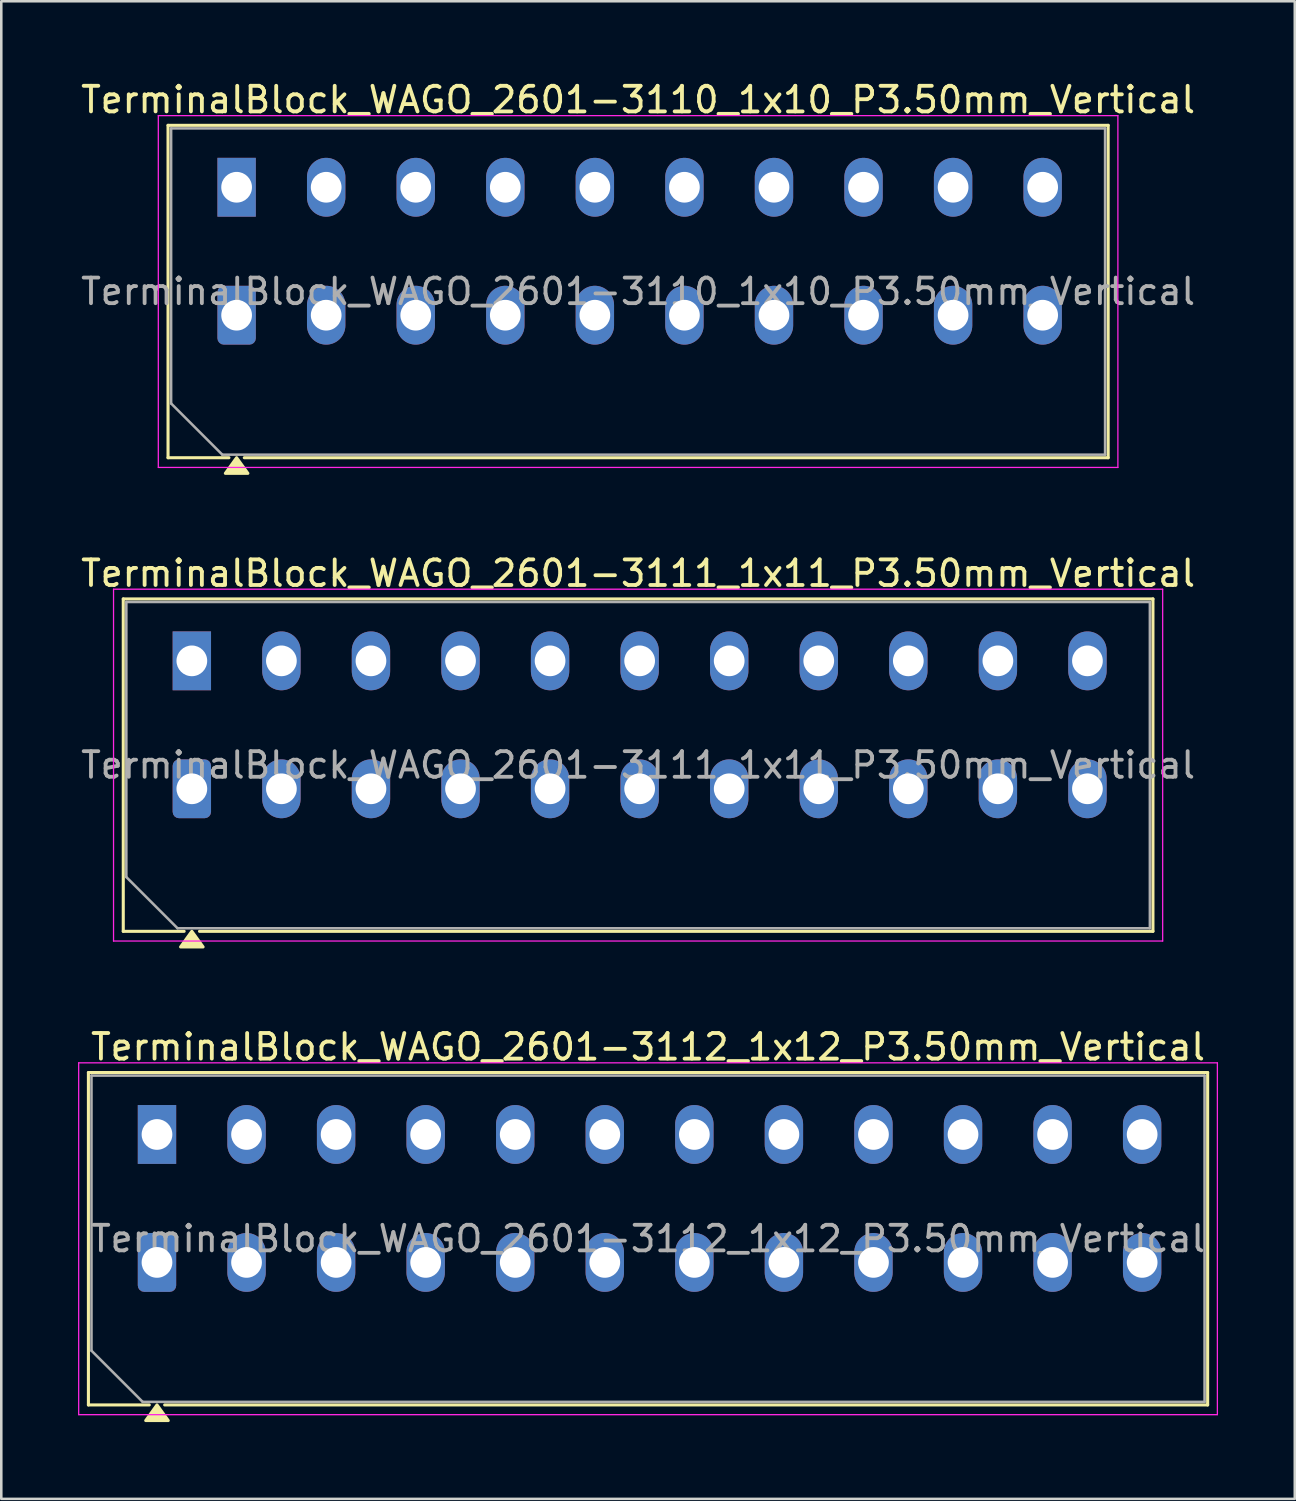
<source format=kicad_pcb>
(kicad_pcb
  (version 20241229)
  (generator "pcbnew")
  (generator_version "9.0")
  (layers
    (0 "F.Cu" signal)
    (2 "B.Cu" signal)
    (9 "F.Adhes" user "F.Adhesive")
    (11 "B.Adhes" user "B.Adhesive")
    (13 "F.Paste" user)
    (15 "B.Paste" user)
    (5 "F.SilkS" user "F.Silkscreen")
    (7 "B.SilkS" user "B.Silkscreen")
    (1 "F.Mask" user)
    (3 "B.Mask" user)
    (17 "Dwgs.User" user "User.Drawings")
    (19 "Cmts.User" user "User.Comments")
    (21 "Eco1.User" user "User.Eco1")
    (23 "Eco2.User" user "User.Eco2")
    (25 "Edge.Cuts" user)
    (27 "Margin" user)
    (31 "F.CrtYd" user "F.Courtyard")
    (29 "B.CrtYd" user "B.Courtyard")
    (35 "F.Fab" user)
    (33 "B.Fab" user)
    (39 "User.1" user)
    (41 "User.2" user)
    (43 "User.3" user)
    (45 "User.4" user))
  (footprint "TerminalBlock_WAGO_2601-3112_1x12_P3.50mm_Vertical"
    (layer "F.Cu")
    (at 3.085 46.285)
    (property "Reference" "TerminalBlock_WAGO_2601-3112_1x12_P3.50mm_Vertical" (at 19.19 -8.42 0) (layer "F.SilkS") (effects (font (size 1 1) (thickness 0.15))))
    (attr through_hole)
    (fp_line (start -2.68 -7.42) (end 41.06 -7.42) (stroke (width 0.12) (type solid)) (layer "F.SilkS"))
    (fp_line (start -2.68 5.57) (end -2.68 -7.42) (stroke (width 0.12) (type solid)) (layer "F.SilkS"))
    (fp_line (start -0.3 5.57) (end -2.68 5.57) (stroke (width 0.12) (type solid)) (layer "F.SilkS"))
    (fp_line (start 41.06 -7.42) (end 41.06 5.57) (stroke (width 0.12) (type solid)) (layer "F.SilkS"))
    (fp_line (start 41.06 5.57) (end 0.3 5.57) (stroke (width 0.12) (type solid)) (layer "F.SilkS"))
    (fp_poly (pts (xy 0 5.57) (xy 0.44 6.18) (xy -0.44 6.18)) (stroke (width 0.12) (type solid)) (fill yes) (layer "F.SilkS"))
    (fp_line (start -3.06 -7.8) (end -3.06 5.95) (stroke (width 0.05) (type solid)) (layer "F.CrtYd"))
    (fp_line (start -3.06 5.95) (end 41.44 5.95) (stroke (width 0.05) (type solid)) (layer "F.CrtYd"))
    (fp_line (start 41.44 -7.8) (end -3.06 -7.8) (stroke (width 0.05) (type solid)) (layer "F.CrtYd"))
    (fp_line (start 41.44 5.95) (end 41.44 -7.8) (stroke (width 0.05) (type solid)) (layer "F.CrtYd"))
    (fp_line (start -2.56 -7.3) (end 40.94 -7.3) (stroke (width 0.1) (type solid)) (layer "F.Fab"))
    (fp_line (start -2.56 3.45) (end -2.56 -7.3) (stroke (width 0.1) (type solid)) (layer "F.Fab"))
    (fp_line (start -0.56 5.45) (end -2.56 3.45) (stroke (width 0.1) (type solid)) (layer "F.Fab"))
    (fp_line (start 40.94 -7.3) (end 40.94 5.45) (stroke (width 0.1) (type solid)) (layer "F.Fab"))
    (fp_line (start 40.94 5.45) (end -0.56 5.45) (stroke (width 0.1) (type solid)) (layer "F.Fab"))
    (fp_text user "${REFERENCE}" (at 19.19 -0.925 0) (layer "F.Fab") (effects (font (size 1 1) (thickness 0.15))))
    (pad "1" thru_hole rect (at 0 -5) (size 1.5 2.3) (drill 1.2) (layers "*.Cu" "*.Mask"))
    (pad "1" thru_hole roundrect (at 0 0) (size 1.5 2.3) (drill 1.2) (layers "*.Cu" "*.Mask") (roundrect_rratio 0.167))
    (pad "2" thru_hole oval (at 3.5 -5) (size 1.5 2.3) (drill 1.2) (layers "*.Cu" "*.Mask"))
    (pad "2" thru_hole oval (at 3.5 0) (size 1.5 2.3) (drill 1.2) (layers "*.Cu" "*.Mask"))
    (pad "3" thru_hole oval (at 7 -5) (size 1.5 2.3) (drill 1.2) (layers "*.Cu" "*.Mask"))
    (pad "3" thru_hole oval (at 7 0) (size 1.5 2.3) (drill 1.2) (layers "*.Cu" "*.Mask"))
    (pad "4" thru_hole oval (at 10.5 -5) (size 1.5 2.3) (drill 1.2) (layers "*.Cu" "*.Mask"))
    (pad "4" thru_hole oval (at 10.5 0) (size 1.5 2.3) (drill 1.2) (layers "*.Cu" "*.Mask"))
    (pad "5" thru_hole oval (at 14 -5) (size 1.5 2.3) (drill 1.2) (layers "*.Cu" "*.Mask"))
    (pad "5" thru_hole oval (at 14 0) (size 1.5 2.3) (drill 1.2) (layers "*.Cu" "*.Mask"))
    (pad "6" thru_hole oval (at 17.5 -5) (size 1.5 2.3) (drill 1.2) (layers "*.Cu" "*.Mask"))
    (pad "6" thru_hole oval (at 17.5 0) (size 1.5 2.3) (drill 1.2) (layers "*.Cu" "*.Mask"))
    (pad "7" thru_hole oval (at 21 -5) (size 1.5 2.3) (drill 1.2) (layers "*.Cu" "*.Mask"))
    (pad "7" thru_hole oval (at 21 0) (size 1.5 2.3) (drill 1.2) (layers "*.Cu" "*.Mask"))
    (pad "8" thru_hole oval (at 24.5 -5) (size 1.5 2.3) (drill 1.2) (layers "*.Cu" "*.Mask"))
    (pad "8" thru_hole oval (at 24.5 0) (size 1.5 2.3) (drill 1.2) (layers "*.Cu" "*.Mask"))
    (pad "9" thru_hole oval (at 28 -5) (size 1.5 2.3) (drill 1.2) (layers "*.Cu" "*.Mask"))
    (pad "9" thru_hole oval (at 28 0) (size 1.5 2.3) (drill 1.2) (layers "*.Cu" "*.Mask"))
    (pad "10" thru_hole oval (at 31.5 -5) (size 1.5 2.3) (drill 1.2) (layers "*.Cu" "*.Mask"))
    (pad "10" thru_hole oval (at 31.5 0) (size 1.5 2.3) (drill 1.2) (layers "*.Cu" "*.Mask"))
    (pad "11" thru_hole oval (at 35 -5) (size 1.5 2.3) (drill 1.2) (layers "*.Cu" "*.Mask"))
    (pad "11" thru_hole oval (at 35 0) (size 1.5 2.3) (drill 1.2) (layers "*.Cu" "*.Mask"))
    (pad "12" thru_hole oval (at 38.5 -5) (size 1.5 2.3) (drill 1.2) (layers "*.Cu" "*.Mask"))
    (pad "12" thru_hole oval (at 38.5 0) (size 1.5 2.3) (drill 1.2) (layers "*.Cu" "*.Mask")))
  (footprint "TerminalBlock_WAGO_2601-3111_1x11_P3.50mm_Vertical"
    (layer "F.Cu")
    (at 4.447 27.776)
    (property "Reference" "TerminalBlock_WAGO_2601-3111_1x11_P3.50mm_Vertical" (at 17.44 -8.42 0) (layer "F.SilkS") (effects (font (size 1 1) (thickness 0.15))))
    (attr through_hole)
    (fp_line (start -2.68 -7.42) (end 37.56 -7.42) (stroke (width 0.12) (type solid)) (layer "F.SilkS"))
    (fp_line (start -2.68 5.57) (end -2.68 -7.42) (stroke (width 0.12) (type solid)) (layer "F.SilkS"))
    (fp_line (start -0.3 5.57) (end -2.68 5.57) (stroke (width 0.12) (type solid)) (layer "F.SilkS"))
    (fp_line (start 37.56 -7.42) (end 37.56 5.57) (stroke (width 0.12) (type solid)) (layer "F.SilkS"))
    (fp_line (start 37.56 5.57) (end 0.3 5.57) (stroke (width 0.12) (type solid)) (layer "F.SilkS"))
    (fp_poly (pts (xy 0 5.57) (xy 0.44 6.18) (xy -0.44 6.18)) (stroke (width 0.12) (type solid)) (fill yes) (layer "F.SilkS"))
    (fp_line (start -3.06 -7.8) (end -3.06 5.95) (stroke (width 0.05) (type solid)) (layer "F.CrtYd"))
    (fp_line (start -3.06 5.95) (end 37.94 5.95) (stroke (width 0.05) (type solid)) (layer "F.CrtYd"))
    (fp_line (start 37.94 -7.8) (end -3.06 -7.8) (stroke (width 0.05) (type solid)) (layer "F.CrtYd"))
    (fp_line (start 37.94 5.95) (end 37.94 -7.8) (stroke (width 0.05) (type solid)) (layer "F.CrtYd"))
    (fp_line (start -2.56 -7.3) (end 37.44 -7.3) (stroke (width 0.1) (type solid)) (layer "F.Fab"))
    (fp_line (start -2.56 3.45) (end -2.56 -7.3) (stroke (width 0.1) (type solid)) (layer "F.Fab"))
    (fp_line (start -0.56 5.45) (end -2.56 3.45) (stroke (width 0.1) (type solid)) (layer "F.Fab"))
    (fp_line (start 37.44 -7.3) (end 37.44 5.45) (stroke (width 0.1) (type solid)) (layer "F.Fab"))
    (fp_line (start 37.44 5.45) (end -0.56 5.45) (stroke (width 0.1) (type solid)) (layer "F.Fab"))
    (fp_text user "${REFERENCE}" (at 17.44 -0.925 0) (layer "F.Fab") (effects (font (size 1 1) (thickness 0.15))))
    (pad "1" thru_hole rect (at 0 -5) (size 1.5 2.3) (drill 1.2) (layers "*.Cu" "*.Mask"))
    (pad "1" thru_hole roundrect (at 0 0) (size 1.5 2.3) (drill 1.2) (layers "*.Cu" "*.Mask") (roundrect_rratio 0.167))
    (pad "2" thru_hole oval (at 3.5 -5) (size 1.5 2.3) (drill 1.2) (layers "*.Cu" "*.Mask"))
    (pad "2" thru_hole oval (at 3.5 0) (size 1.5 2.3) (drill 1.2) (layers "*.Cu" "*.Mask"))
    (pad "3" thru_hole oval (at 7 -5) (size 1.5 2.3) (drill 1.2) (layers "*.Cu" "*.Mask"))
    (pad "3" thru_hole oval (at 7 0) (size 1.5 2.3) (drill 1.2) (layers "*.Cu" "*.Mask"))
    (pad "4" thru_hole oval (at 10.5 -5) (size 1.5 2.3) (drill 1.2) (layers "*.Cu" "*.Mask"))
    (pad "4" thru_hole oval (at 10.5 0) (size 1.5 2.3) (drill 1.2) (layers "*.Cu" "*.Mask"))
    (pad "5" thru_hole oval (at 14 -5) (size 1.5 2.3) (drill 1.2) (layers "*.Cu" "*.Mask"))
    (pad "5" thru_hole oval (at 14 0) (size 1.5 2.3) (drill 1.2) (layers "*.Cu" "*.Mask"))
    (pad "6" thru_hole oval (at 17.5 -5) (size 1.5 2.3) (drill 1.2) (layers "*.Cu" "*.Mask"))
    (pad "6" thru_hole oval (at 17.5 0) (size 1.5 2.3) (drill 1.2) (layers "*.Cu" "*.Mask"))
    (pad "7" thru_hole oval (at 21 -5) (size 1.5 2.3) (drill 1.2) (layers "*.Cu" "*.Mask"))
    (pad "7" thru_hole oval (at 21 0) (size 1.5 2.3) (drill 1.2) (layers "*.Cu" "*.Mask"))
    (pad "8" thru_hole oval (at 24.5 -5) (size 1.5 2.3) (drill 1.2) (layers "*.Cu" "*.Mask"))
    (pad "8" thru_hole oval (at 24.5 0) (size 1.5 2.3) (drill 1.2) (layers "*.Cu" "*.Mask"))
    (pad "9" thru_hole oval (at 28 -5) (size 1.5 2.3) (drill 1.2) (layers "*.Cu" "*.Mask"))
    (pad "9" thru_hole oval (at 28 0) (size 1.5 2.3) (drill 1.2) (layers "*.Cu" "*.Mask"))
    (pad "10" thru_hole oval (at 31.5 -5) (size 1.5 2.3) (drill 1.2) (layers "*.Cu" "*.Mask"))
    (pad "10" thru_hole oval (at 31.5 0) (size 1.5 2.3) (drill 1.2) (layers "*.Cu" "*.Mask"))
    (pad "11" thru_hole oval (at 35 -5) (size 1.5 2.3) (drill 1.2) (layers "*.Cu" "*.Mask"))
    (pad "11" thru_hole oval (at 35 0) (size 1.5 2.3) (drill 1.2) (layers "*.Cu" "*.Mask")))
  (footprint "TerminalBlock_WAGO_2601-3110_1x10_P3.50mm_Vertical"
    (layer "F.Cu")
    (at 6.197 9.268)
    (property "Reference" "TerminalBlock_WAGO_2601-3110_1x10_P3.50mm_Vertical" (at 15.69 -8.42 0) (layer "F.SilkS") (effects (font (size 1 1) (thickness 0.15))))
    (attr through_hole)
    (fp_line (start -2.68 -7.42) (end 34.06 -7.42) (stroke (width 0.12) (type solid)) (layer "F.SilkS"))
    (fp_line (start -2.68 5.57) (end -2.68 -7.42) (stroke (width 0.12) (type solid)) (layer "F.SilkS"))
    (fp_line (start -0.3 5.57) (end -2.68 5.57) (stroke (width 0.12) (type solid)) (layer "F.SilkS"))
    (fp_line (start 34.06 -7.42) (end 34.06 5.57) (stroke (width 0.12) (type solid)) (layer "F.SilkS"))
    (fp_line (start 34.06 5.57) (end 0.3 5.57) (stroke (width 0.12) (type solid)) (layer "F.SilkS"))
    (fp_poly (pts (xy 0 5.57) (xy 0.44 6.18) (xy -0.44 6.18)) (stroke (width 0.12) (type solid)) (fill yes) (layer "F.SilkS"))
    (fp_line (start -3.06 -7.8) (end -3.06 5.95) (stroke (width 0.05) (type solid)) (layer "F.CrtYd"))
    (fp_line (start -3.06 5.95) (end 34.44 5.95) (stroke (width 0.05) (type solid)) (layer "F.CrtYd"))
    (fp_line (start 34.44 -7.8) (end -3.06 -7.8) (stroke (width 0.05) (type solid)) (layer "F.CrtYd"))
    (fp_line (start 34.44 5.95) (end 34.44 -7.8) (stroke (width 0.05) (type solid)) (layer "F.CrtYd"))
    (fp_line (start -2.56 -7.3) (end 33.94 -7.3) (stroke (width 0.1) (type solid)) (layer "F.Fab"))
    (fp_line (start -2.56 3.45) (end -2.56 -7.3) (stroke (width 0.1) (type solid)) (layer "F.Fab"))
    (fp_line (start -0.56 5.45) (end -2.56 3.45) (stroke (width 0.1) (type solid)) (layer "F.Fab"))
    (fp_line (start 33.94 -7.3) (end 33.94 5.45) (stroke (width 0.1) (type solid)) (layer "F.Fab"))
    (fp_line (start 33.94 5.45) (end -0.56 5.45) (stroke (width 0.1) (type solid)) (layer "F.Fab"))
    (fp_text user "${REFERENCE}" (at 15.69 -0.925 0) (layer "F.Fab") (effects (font (size 1 1) (thickness 0.15))))
    (pad "1" thru_hole rect (at 0 -5) (size 1.5 2.3) (drill 1.2) (layers "*.Cu" "*.Mask"))
    (pad "1" thru_hole roundrect (at 0 0) (size 1.5 2.3) (drill 1.2) (layers "*.Cu" "*.Mask") (roundrect_rratio 0.167))
    (pad "2" thru_hole oval (at 3.5 -5) (size 1.5 2.3) (drill 1.2) (layers "*.Cu" "*.Mask"))
    (pad "2" thru_hole oval (at 3.5 0) (size 1.5 2.3) (drill 1.2) (layers "*.Cu" "*.Mask"))
    (pad "3" thru_hole oval (at 7 -5) (size 1.5 2.3) (drill 1.2) (layers "*.Cu" "*.Mask"))
    (pad "3" thru_hole oval (at 7 0) (size 1.5 2.3) (drill 1.2) (layers "*.Cu" "*.Mask"))
    (pad "4" thru_hole oval (at 10.5 -5) (size 1.5 2.3) (drill 1.2) (layers "*.Cu" "*.Mask"))
    (pad "4" thru_hole oval (at 10.5 0) (size 1.5 2.3) (drill 1.2) (layers "*.Cu" "*.Mask"))
    (pad "5" thru_hole oval (at 14 -5) (size 1.5 2.3) (drill 1.2) (layers "*.Cu" "*.Mask"))
    (pad "5" thru_hole oval (at 14 0) (size 1.5 2.3) (drill 1.2) (layers "*.Cu" "*.Mask"))
    (pad "6" thru_hole oval (at 17.5 -5) (size 1.5 2.3) (drill 1.2) (layers "*.Cu" "*.Mask"))
    (pad "6" thru_hole oval (at 17.5 0) (size 1.5 2.3) (drill 1.2) (layers "*.Cu" "*.Mask"))
    (pad "7" thru_hole oval (at 21 -5) (size 1.5 2.3) (drill 1.2) (layers "*.Cu" "*.Mask"))
    (pad "7" thru_hole oval (at 21 0) (size 1.5 2.3) (drill 1.2) (layers "*.Cu" "*.Mask"))
    (pad "8" thru_hole oval (at 24.5 -5) (size 1.5 2.3) (drill 1.2) (layers "*.Cu" "*.Mask"))
    (pad "8" thru_hole oval (at 24.5 0) (size 1.5 2.3) (drill 1.2) (layers "*.Cu" "*.Mask"))
    (pad "9" thru_hole oval (at 28 -5) (size 1.5 2.3) (drill 1.2) (layers "*.Cu" "*.Mask"))
    (pad "9" thru_hole oval (at 28 0) (size 1.5 2.3) (drill 1.2) (layers "*.Cu" "*.Mask"))
    (pad "10" thru_hole oval (at 31.5 -5) (size 1.5 2.3) (drill 1.2) (layers "*.Cu" "*.Mask"))
    (pad "10" thru_hole oval (at 31.5 0) (size 1.5 2.3) (drill 1.2) (layers "*.Cu" "*.Mask")))
  (gr_rect
    (start -3 -3)
    (end 47.55 55.525)
    (stroke (width 0.1) (type default))
    (fill no)
    (layer "Edge.Cuts")))
</source>
